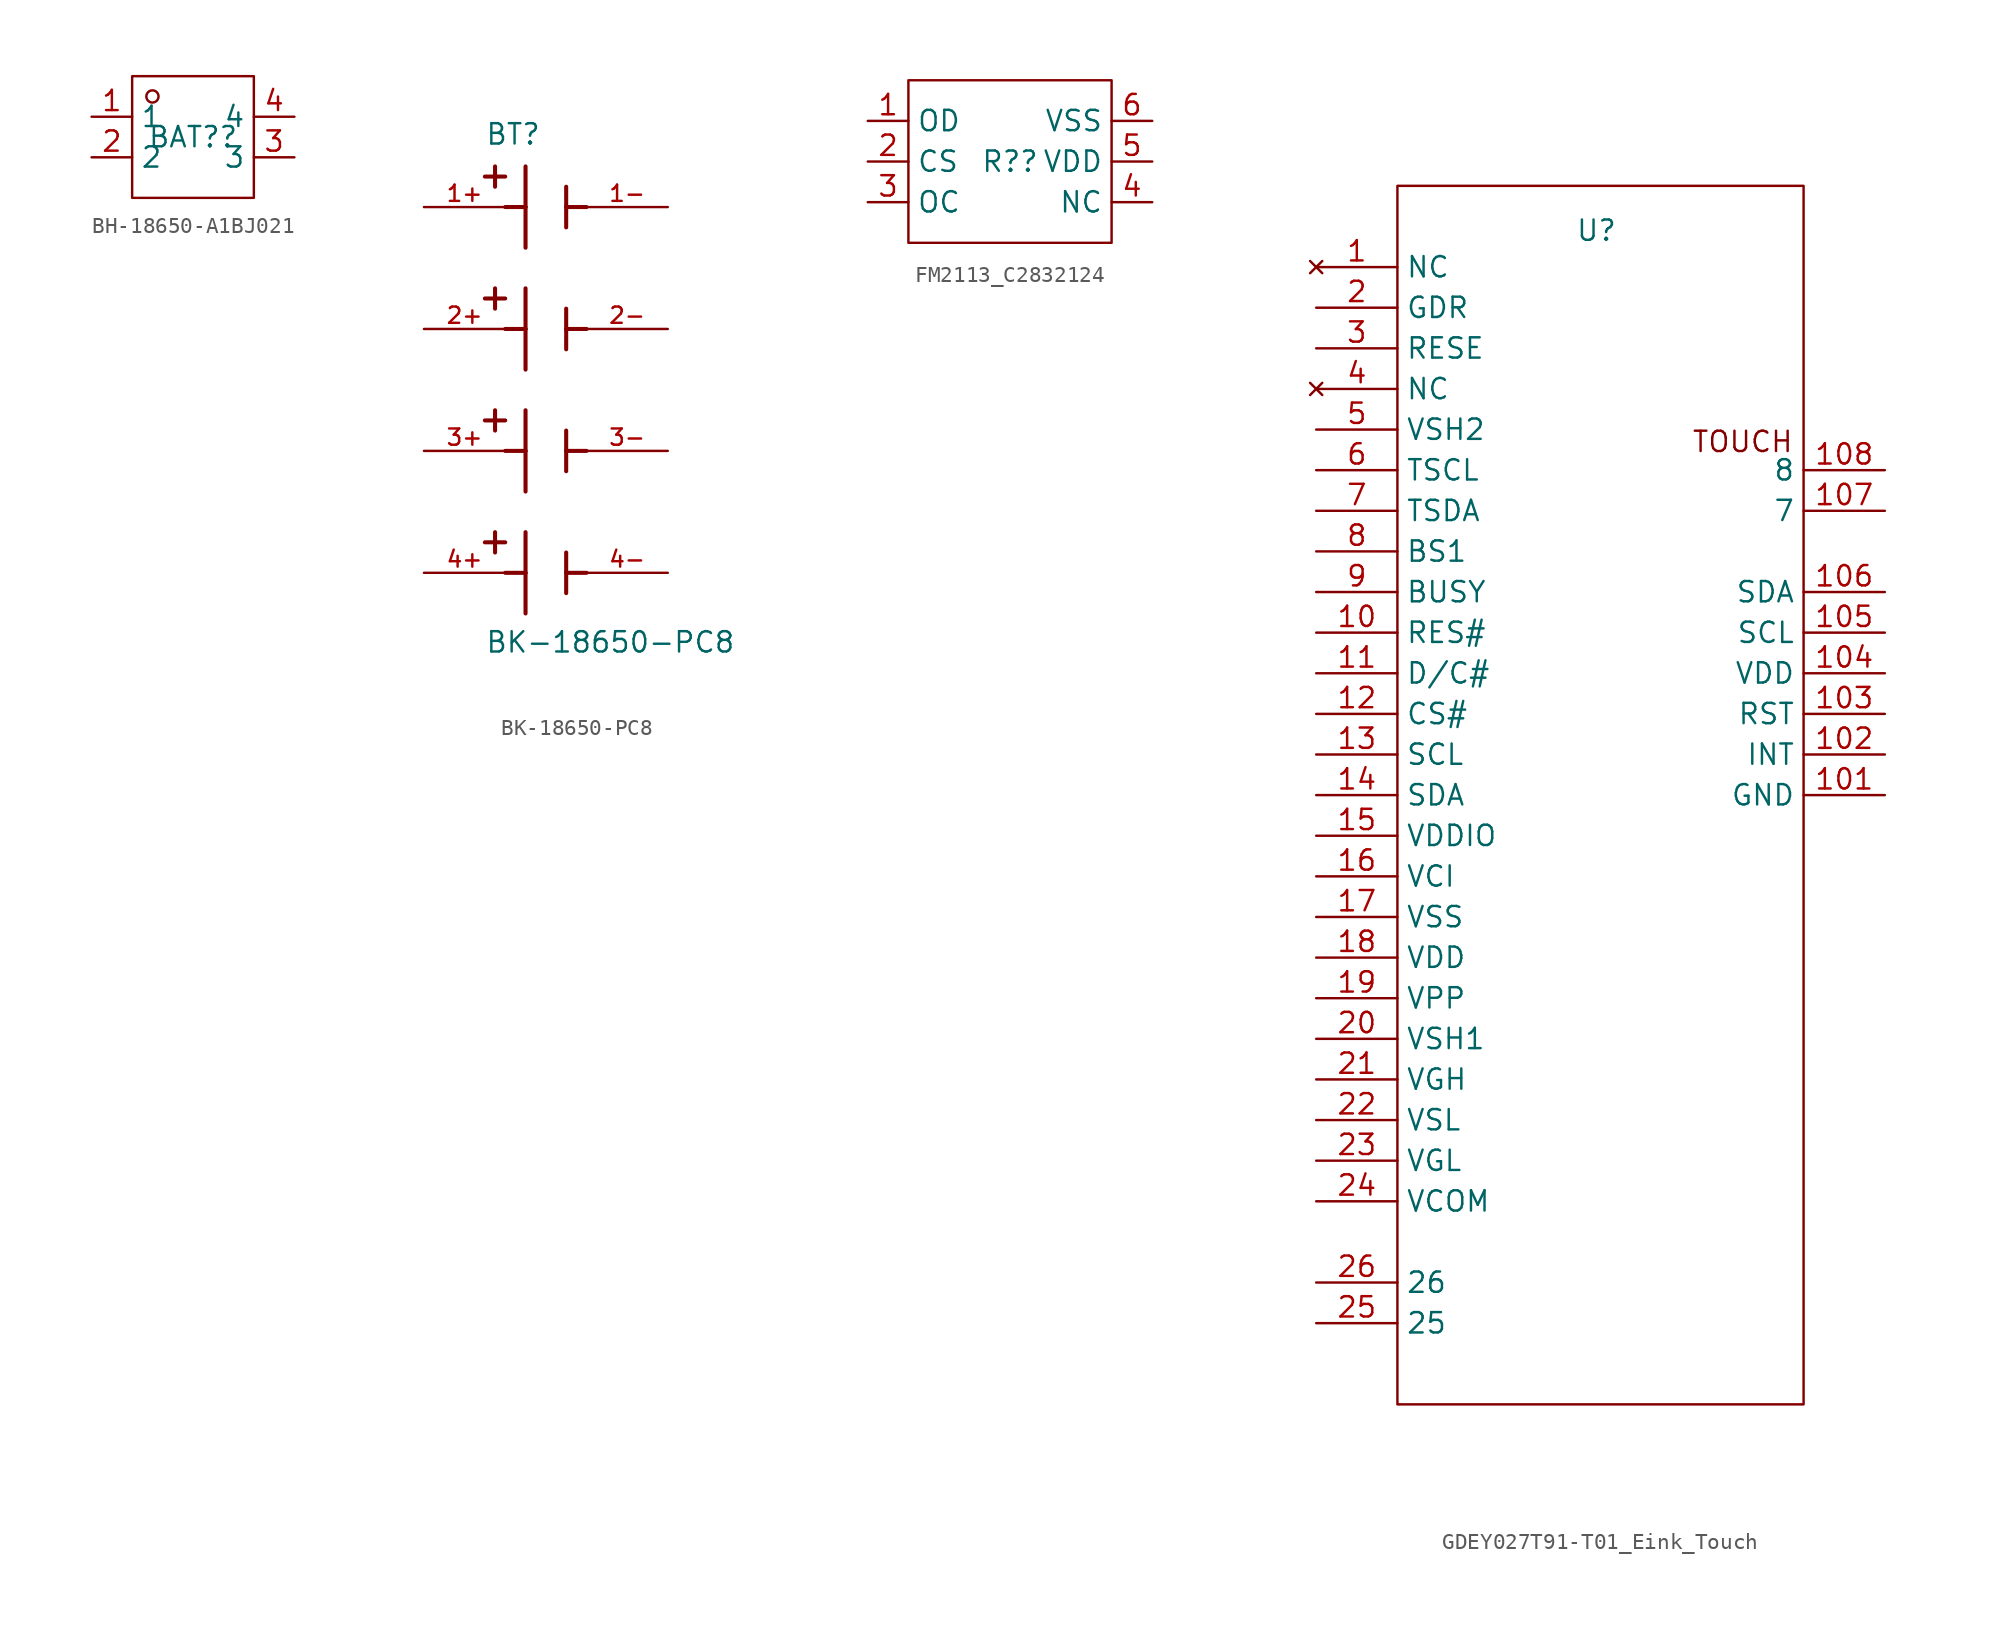
<source format=kicad_sym>
(kicad_symbol_lib
  (version 20241209)
  (generator "kicad_symbol_editor")
  (generator_version "9.0")
  (symbol "BH-18650-A1BJ021"
    (property "Reference" "BAT?"
      (at 0 0 0)
      (effects (font (size 1.27 1.27))))
    (property "Value" ""
      (at 0 0 0)
      (effects (font (size 1.27 1.27))))
    (symbol "BH-18650-A1BJ021_1_0"
      (rectangle (start -3.81 -3.81) (end 3.81 3.81) (stroke (width 0) (type default)) (fill (type none)))
      (circle (center -2.54 2.54) (radius 0.381) (stroke (width 0) (type default)) (fill (type none)))
      (pin unspecified line (at -6.35 1.27 0) (length 2.54) (name "1" (effects (font (size 1.27 1.27)))) (number "1" (effects (font (size 1.27 1.27)))))
      (pin unspecified line (at -6.35 -1.27 0) (length 2.54) (name "2" (effects (font (size 1.27 1.27)))) (number "2" (effects (font (size 1.27 1.27)))))
      (pin unspecified line (at 6.35 1.27 180) (length 2.54) (name "4" (effects (font (size 1.27 1.27)))) (number "4" (effects (font (size 1.27 1.27)))))
      (pin unspecified line (at 6.35 -1.27 180) (length 2.54) (name "3" (effects (font (size 1.27 1.27)))) (number "3" (effects (font (size 1.27 1.27)))))))
  (symbol "BK-18650-PC8"
    (pin_names
      (offset 1.016))
    (property "Reference" "BT"
      (at -3.81 13.97 0)
      (effects (font (size 1.27 1.27)) (justify left bottom)))
    (property "Value" "BK-18650-PC8"
      (at -3.81 -17.78 0)
      (effects (font (size 1.27 1.27)) (justify left bottom)))
    (symbol "BK-18650-PC8_0_0"
      (polyline (pts (xy -3.81 12.065) (xy -2.54 12.065)) (stroke (width 0.254) (type default)) (fill (type none)))
      (polyline (pts (xy -3.81 4.445) (xy -2.54 4.445)) (stroke (width 0.254) (type default)) (fill (type none)))
      (polyline (pts (xy -3.81 -3.175) (xy -2.54 -3.175)) (stroke (width 0.254) (type default)) (fill (type none)))
      (polyline (pts (xy -3.81 -10.795) (xy -2.54 -10.795)) (stroke (width 0.254) (type default)) (fill (type none)))
      (polyline (pts (xy -3.175 12.7) (xy -3.175 11.43)) (stroke (width 0.254) (type default)) (fill (type none)))
      (polyline (pts (xy -3.175 5.08) (xy -3.175 3.81)) (stroke (width 0.254) (type default)) (fill (type none)))
      (polyline (pts (xy -3.175 -2.54) (xy -3.175 -3.81)) (stroke (width 0.254) (type default)) (fill (type none)))
      (polyline (pts (xy -3.175 -10.16) (xy -3.175 -11.43)) (stroke (width 0.254) (type default)) (fill (type none)))
      (polyline (pts (xy -1.27 12.7) (xy -1.27 10.16)) (stroke (width 0.254) (type default)) (fill (type none)))
      (polyline (pts (xy -1.27 10.16) (xy -2.54 10.16)) (stroke (width 0.254) (type default)) (fill (type none)))
      (polyline (pts (xy -1.27 10.16) (xy -1.27 7.62)) (stroke (width 0.254) (type default)) (fill (type none)))
      (polyline (pts (xy -1.27 5.08) (xy -1.27 2.54)) (stroke (width 0.254) (type default)) (fill (type none)))
      (polyline (pts (xy -1.27 2.54) (xy -2.54 2.54)) (stroke (width 0.254) (type default)) (fill (type none)))
      (polyline (pts (xy -1.27 2.54) (xy -1.27 0)) (stroke (width 0.254) (type default)) (fill (type none)))
      (polyline (pts (xy -1.27 -2.54) (xy -1.27 -5.08)) (stroke (width 0.254) (type default)) (fill (type none)))
      (polyline (pts (xy -1.27 -5.08) (xy -2.54 -5.08)) (stroke (width 0.254) (type default)) (fill (type none)))
      (polyline (pts (xy -1.27 -5.08) (xy -1.27 -7.62)) (stroke (width 0.254) (type default)) (fill (type none)))
      (polyline (pts (xy -1.27 -10.16) (xy -1.27 -12.7)) (stroke (width 0.254) (type default)) (fill (type none)))
      (polyline (pts (xy -1.27 -12.7) (xy -2.54 -12.7)) (stroke (width 0.254) (type default)) (fill (type none)))
      (polyline (pts (xy -1.27 -12.7) (xy -1.27 -15.24)) (stroke (width 0.254) (type default)) (fill (type none)))
      (polyline (pts (xy 1.27 11.43) (xy 1.27 10.16)) (stroke (width 0.254) (type default)) (fill (type none)))
      (polyline (pts (xy 1.27 10.16) (xy 1.27 8.89)) (stroke (width 0.254) (type default)) (fill (type none)))
      (polyline (pts (xy 1.27 10.16) (xy 2.54 10.16)) (stroke (width 0.254) (type default)) (fill (type none)))
      (polyline (pts (xy 1.27 3.81) (xy 1.27 2.54)) (stroke (width 0.254) (type default)) (fill (type none)))
      (polyline (pts (xy 1.27 2.54) (xy 1.27 1.27)) (stroke (width 0.254) (type default)) (fill (type none)))
      (polyline (pts (xy 1.27 2.54) (xy 2.54 2.54)) (stroke (width 0.254) (type default)) (fill (type none)))
      (polyline (pts (xy 1.27 -3.81) (xy 1.27 -5.08)) (stroke (width 0.254) (type default)) (fill (type none)))
      (polyline (pts (xy 1.27 -5.08) (xy 1.27 -6.35)) (stroke (width 0.254) (type default)) (fill (type none)))
      (polyline (pts (xy 1.27 -5.08) (xy 2.54 -5.08)) (stroke (width 0.254) (type default)) (fill (type none)))
      (polyline (pts (xy 1.27 -11.43) (xy 1.27 -12.7)) (stroke (width 0.254) (type default)) (fill (type none)))
      (polyline (pts (xy 1.27 -12.7) (xy 1.27 -13.97)) (stroke (width 0.254) (type default)) (fill (type none)))
      (polyline (pts (xy 1.27 -12.7) (xy 2.54 -12.7)) (stroke (width 0.254) (type default)) (fill (type none)))
      (pin passive line (at -7.62 10.16 0) (length 5.08) (name "~" (effects (font (size 1.016 1.016)))) (number "1+" (effects (font (size 1.016 1.016)))))
      (pin passive line (at -7.62 2.54 0) (length 5.08) (name "~" (effects (font (size 1.016 1.016)))) (number "2+" (effects (font (size 1.016 1.016)))))
      (pin passive line (at -7.62 -5.08 0) (length 5.08) (name "~" (effects (font (size 1.016 1.016)))) (number "3+" (effects (font (size 1.016 1.016)))))
      (pin passive line (at -7.62 -12.7 0) (length 5.08) (name "~" (effects (font (size 1.016 1.016)))) (number "4+" (effects (font (size 1.016 1.016)))))
      (pin passive line (at 7.62 10.16 180) (length 5.08) (name "~" (effects (font (size 1.016 1.016)))) (number "1-" (effects (font (size 1.016 1.016)))))
      (pin passive line (at 7.62 2.54 180) (length 5.08) (name "~" (effects (font (size 1.016 1.016)))) (number "2-" (effects (font (size 1.016 1.016)))))
      (pin passive line (at 7.62 -5.08 180) (length 5.08) (name "~" (effects (font (size 1.016 1.016)))) (number "3-" (effects (font (size 1.016 1.016)))))
      (pin passive line (at 7.62 -12.7 180) (length 5.08) (name "~" (effects (font (size 1.016 1.016)))) (number "4-" (effects (font (size 1.016 1.016)))))))
  (symbol "FM2113_C2832124"
    (property "Reference" "R?"
      (at 0 0 0)
      (effects (font (size 1.27 1.27))))
    (property "Value" ""
      (at 0 0 0)
      (effects (font (size 1.27 1.27))))
    (symbol "FM2113_C2832124_1_0"
      (rectangle (start -6.35 5.08) (end 6.35 -5.08) (stroke (width 0) (type default)) (fill (type none)))
      (pin unspecified line (at -8.89 2.54 0) (length 2.54) (name "OD" (effects (font (size 1.27 1.27)))) (number "1" (effects (font (size 1.27 1.27)))))
      (pin unspecified line (at -8.89 0 0) (length 2.54) (name "CS" (effects (font (size 1.27 1.27)))) (number "2" (effects (font (size 1.27 1.27)))))
      (pin unspecified line (at -8.89 -2.54 0) (length 2.54) (name "OC" (effects (font (size 1.27 1.27)))) (number "3" (effects (font (size 1.27 1.27)))))
      (pin unspecified line (at 8.89 2.54 180) (length 2.54) (name "VSS" (effects (font (size 1.27 1.27)))) (number "6" (effects (font (size 1.27 1.27)))))
      (pin unspecified line (at 8.89 0 180) (length 2.54) (name "VDD" (effects (font (size 1.27 1.27)))) (number "5" (effects (font (size 1.27 1.27)))))
      (pin unspecified line (at 8.89 -2.54 180) (length 2.54) (name "NC" (effects (font (size 1.27 1.27)))) (number "4" (effects (font (size 1.27 1.27)))))))
  (symbol "GDEY027T91-T01_Eink_Touch"
    (property "Reference" "U"
      (at -0.254 35.306 0)
      (effects (font (size 1.27 1.27))))
    (property "Value" ""
      (at 15.24 2.54 0)
      (effects (font (size 1.27 1.27))))
    (symbol "GDEY027T91-T01_Eink_Touch_0_1"
      (rectangle (start -12.7 38.1) (end 12.7 -38.1) (stroke (width 0) (type default)) (fill (type none))))
    (symbol "GDEY027T91-T01_Eink_Touch_1_0"
      (pin no_connect line (at -17.78 33.02 0) (length 5.08) (name "NC" (effects (font (size 1.27 1.27)))) (number "1" (effects (font (size 1.27 1.27)))))
      (pin output line (at -17.78 30.48 0) (length 5.08) (name "GDR" (effects (font (size 1.27 1.27)))) (number "2" (effects (font (size 1.27 1.27)))))
      (pin input line (at -17.78 27.94 0) (length 5.08) (name "RESE" (effects (font (size 1.27 1.27)))) (number "3" (effects (font (size 1.27 1.27)))))
      (pin no_connect line (at -17.78 25.4 0) (length 5.08) (name "NC" (effects (font (size 1.27 1.27)))) (number "4" (effects (font (size 1.27 1.27)))))
      (pin open_collector line (at -17.78 22.86 0) (length 5.08) (name "VSH2" (effects (font (size 1.27 1.27)))) (number "5" (effects (font (size 1.27 1.27)))))
      (pin output line (at -17.78 20.32 0) (length 5.08) (name "TSCL" (effects (font (size 1.27 1.27)))) (number "6" (effects (font (size 1.27 1.27)))))
      (pin bidirectional line (at -17.78 17.78 0) (length 5.08) (name "TSDA" (effects (font (size 1.27 1.27)))) (number "7" (effects (font (size 1.27 1.27)))))
      (pin input line (at -17.78 15.24 0) (length 5.08) (name "BS1" (effects (font (size 1.27 1.27)))) (number "8" (effects (font (size 1.27 1.27)))))
      (pin output line (at -17.78 12.7 0) (length 5.08) (name "BUSY" (effects (font (size 1.27 1.27)))) (number "9" (effects (font (size 1.27 1.27)))))
      (pin input line (at -17.78 10.16 0) (length 5.08) (name "RES#" (effects (font (size 1.27 1.27)))) (number "10" (effects (font (size 1.27 1.27)))))
      (pin input line (at -17.78 7.62 0) (length 5.08) (name "D/C#" (effects (font (size 1.27 1.27)))) (number "11" (effects (font (size 1.27 1.27)))))
      (pin input line (at -17.78 5.08 0) (length 5.08) (name "CS#" (effects (font (size 1.27 1.27)))) (number "12" (effects (font (size 1.27 1.27)))))
      (pin input line (at -17.78 2.54 0) (length 5.08) (name "SCL" (effects (font (size 1.27 1.27)))) (number "13" (effects (font (size 1.27 1.27)))))
      (pin input line (at -17.78 0 0) (length 5.08) (name "SDA" (effects (font (size 1.27 1.27)))) (number "14" (effects (font (size 1.27 1.27)))))
      (pin power_in line (at -17.78 -2.54 0) (length 5.08) (name "VDDIO" (effects (font (size 1.27 1.27)))) (number "15" (effects (font (size 1.27 1.27)))))
      (pin power_in line (at -17.78 -5.08 0) (length 5.08) (name "VCI" (effects (font (size 1.27 1.27)))) (number "16" (effects (font (size 1.27 1.27)))))
      (pin power_in line (at -17.78 -7.62 0) (length 5.08) (name "VSS" (effects (font (size 1.27 1.27)))) (number "17" (effects (font (size 1.27 1.27)))))
      (pin power_in line (at -17.78 -10.16 0) (length 5.08) (name "VDD" (effects (font (size 1.27 1.27)))) (number "18" (effects (font (size 1.27 1.27)))))
      (pin power_in line (at -17.78 -12.7 0) (length 5.08) (name "VPP" (effects (font (size 1.27 1.27)))) (number "19" (effects (font (size 1.27 1.27)))))
      (pin open_collector line (at -17.78 -15.24 0) (length 5.08) (name "VSH1" (effects (font (size 1.27 1.27)))) (number "20" (effects (font (size 1.27 1.27)))))
      (pin open_collector line (at -17.78 -17.78 0) (length 5.08) (name "VGH" (effects (font (size 1.27 1.27)))) (number "21" (effects (font (size 1.27 1.27)))))
      (pin open_collector line (at -17.78 -20.32 0) (length 5.08) (name "VSL" (effects (font (size 1.27 1.27)))) (number "22" (effects (font (size 1.27 1.27)))))
      (pin open_collector line (at -17.78 -22.86 0) (length 5.08) (name "VGL" (effects (font (size 1.27 1.27)))) (number "23" (effects (font (size 1.27 1.27)))))
      (pin open_collector line (at -17.78 -25.4 0) (length 5.08) (name "VCOM" (effects (font (size 1.27 1.27)))) (number "24" (effects (font (size 1.27 1.27)))))
      (pin unspecified line (at -17.78 -30.48 0) (length 5.08) (name "26" (effects (font (size 1.27 1.27)))) (number "26" (effects (font (size 1.27 1.27)))))
      (pin unspecified line (at -17.78 -33.02 0) (length 5.08) (name "25" (effects (font (size 1.27 1.27)))) (number "25" (effects (font (size 1.27 1.27)))))
      (pin unspecified line (at 17.78 20.32 180) (length 5.08) (name "8" (effects (font (size 1.27 1.27)))) (number "108" (effects (font (size 1.27 1.27)))))
      (pin unspecified line (at 17.78 17.78 180) (length 5.08) (name "7" (effects (font (size 1.27 1.27)))) (number "107" (effects (font (size 1.27 1.27)))))
      (pin bidirectional line (at 17.78 12.7 180) (length 5.08) (name "SDA" (effects (font (size 1.27 1.27)))) (number "106" (effects (font (size 1.27 1.27)))))
      (pin input line (at 17.78 10.16 180) (length 5.08) (name "SCL" (effects (font (size 1.27 1.27)))) (number "105" (effects (font (size 1.27 1.27)))))
      (pin power_in line (at 17.78 7.62 180) (length 5.08) (name "VDD" (effects (font (size 1.27 1.27)))) (number "104" (effects (font (size 1.27 1.27)))))
      (pin input line (at 17.78 5.08 180) (length 5.08) (name "RST" (effects (font (size 1.27 1.27)))) (number "103" (effects (font (size 1.27 1.27)))))
      (pin output line (at 17.78 2.54 180) (length 5.08) (name "INT" (effects (font (size 1.27 1.27)))) (number "102" (effects (font (size 1.27 1.27)))))
      (pin power_in line (at 17.78 0 180) (length 5.08) (name "GND" (effects (font (size 1.27 1.27)))) (number "101" (effects (font (size 1.27 1.27))))))
    (symbol "GDEY027T91-T01_Eink_Touch_1_1"
      (text "TOUCH" (at 8.89 22.098 0) (effects (font (size 1.27 1.27)))))))
</source>
